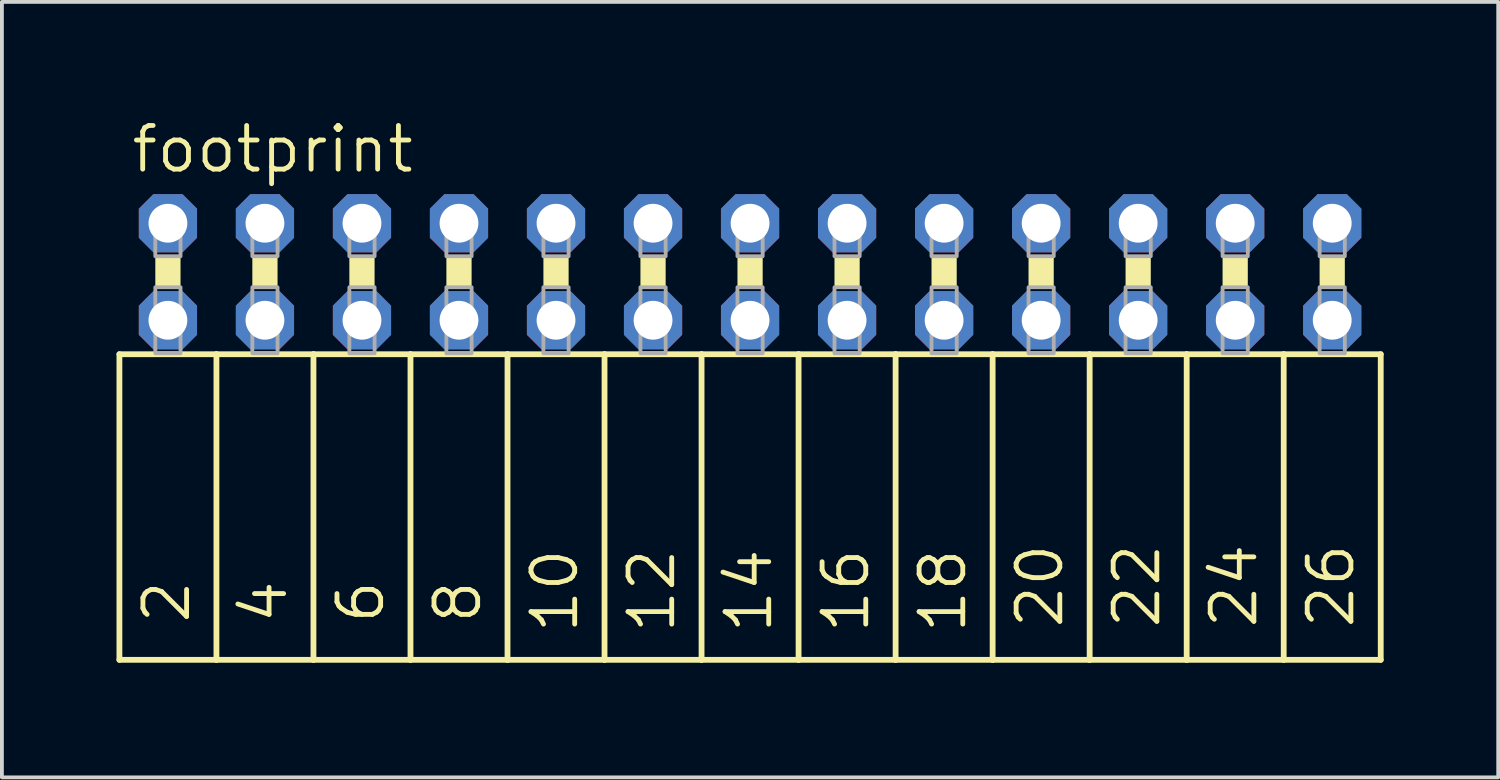
<source format=kicad_pcb>
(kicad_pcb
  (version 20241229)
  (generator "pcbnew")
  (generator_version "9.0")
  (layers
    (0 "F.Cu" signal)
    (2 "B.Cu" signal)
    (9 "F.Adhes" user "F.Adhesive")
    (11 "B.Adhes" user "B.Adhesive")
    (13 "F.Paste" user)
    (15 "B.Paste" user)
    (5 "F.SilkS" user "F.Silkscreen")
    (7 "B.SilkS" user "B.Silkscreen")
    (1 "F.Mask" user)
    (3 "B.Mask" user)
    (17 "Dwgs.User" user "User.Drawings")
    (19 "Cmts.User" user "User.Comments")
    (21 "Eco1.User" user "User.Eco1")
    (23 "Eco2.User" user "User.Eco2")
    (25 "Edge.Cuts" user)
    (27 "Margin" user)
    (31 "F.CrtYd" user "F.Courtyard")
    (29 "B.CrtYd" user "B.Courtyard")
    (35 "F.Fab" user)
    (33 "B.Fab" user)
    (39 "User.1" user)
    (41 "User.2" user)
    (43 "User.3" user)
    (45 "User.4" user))
  (footprint "footprint"
    (layer "F.Cu")
    (at 16.586 4.064)
    (property "Reference" "footprint" (at -16.256 -2.54 0) (layer "F.SilkS") (effects (font (size 1.143 1.143) (thickness 0.127)) (justify left bottom)))
    (fp_line (start -16.51 2.159) (end -16.51 10.16) (stroke (width 0.152) (type solid)) (layer "F.SilkS"))
    (fp_line (start -16.51 2.159) (end -13.97 2.159) (stroke (width 0.152) (type solid)) (layer "F.SilkS"))
    (fp_line (start -13.97 2.159) (end -13.97 10.16) (stroke (width 0.152) (type solid)) (layer "F.SilkS"))
    (fp_line (start -13.97 2.159) (end -11.43 2.159) (stroke (width 0.152) (type solid)) (layer "F.SilkS"))
    (fp_line (start -13.97 10.16) (end -16.51 10.16) (stroke (width 0.152) (type solid)) (layer "F.SilkS"))
    (fp_line (start -11.43 2.159) (end -11.43 10.16) (stroke (width 0.152) (type solid)) (layer "F.SilkS"))
    (fp_line (start -11.43 2.159) (end -8.89 2.159) (stroke (width 0.152) (type solid)) (layer "F.SilkS"))
    (fp_line (start -11.43 10.16) (end -13.97 10.16) (stroke (width 0.152) (type solid)) (layer "F.SilkS"))
    (fp_line (start -8.89 2.159) (end -8.89 10.16) (stroke (width 0.152) (type solid)) (layer "F.SilkS"))
    (fp_line (start -8.89 10.16) (end -11.43 10.16) (stroke (width 0.152) (type solid)) (layer "F.SilkS"))
    (fp_line (start -6.35 2.159) (end -8.89 2.159) (stroke (width 0.152) (type solid)) (layer "F.SilkS"))
    (fp_line (start -6.35 2.159) (end -6.35 10.16) (stroke (width 0.152) (type solid)) (layer "F.SilkS"))
    (fp_line (start -6.35 2.159) (end -3.81 2.159) (stroke (width 0.152) (type solid)) (layer "F.SilkS"))
    (fp_line (start -6.35 10.16) (end -8.89 10.16) (stroke (width 0.152) (type solid)) (layer "F.SilkS"))
    (fp_line (start -3.81 2.159) (end -3.81 10.16) (stroke (width 0.152) (type solid)) (layer "F.SilkS"))
    (fp_line (start -3.81 2.159) (end -1.27 2.159) (stroke (width 0.152) (type solid)) (layer "F.SilkS"))
    (fp_line (start -3.81 10.16) (end -6.35 10.16) (stroke (width 0.152) (type solid)) (layer "F.SilkS"))
    (fp_line (start -1.27 2.159) (end -1.27 10.16) (stroke (width 0.152) (type solid)) (layer "F.SilkS"))
    (fp_line (start -1.27 2.159) (end 1.27 2.159) (stroke (width 0.152) (type solid)) (layer "F.SilkS"))
    (fp_line (start -1.27 10.16) (end -3.81 10.16) (stroke (width 0.152) (type solid)) (layer "F.SilkS"))
    (fp_line (start 1.27 2.159) (end 1.27 10.16) (stroke (width 0.152) (type solid)) (layer "F.SilkS"))
    (fp_line (start 1.27 2.159) (end 3.81 2.159) (stroke (width 0.152) (type solid)) (layer "F.SilkS"))
    (fp_line (start 1.27 10.16) (end -1.27 10.16) (stroke (width 0.152) (type solid)) (layer "F.SilkS"))
    (fp_line (start 3.81 2.159) (end 3.81 10.16) (stroke (width 0.152) (type solid)) (layer "F.SilkS"))
    (fp_line (start 3.81 10.16) (end 1.27 10.16) (stroke (width 0.152) (type solid)) (layer "F.SilkS"))
    (fp_line (start 6.35 2.159) (end 3.81 2.159) (stroke (width 0.152) (type solid)) (layer "F.SilkS"))
    (fp_line (start 6.35 2.159) (end 6.35 10.16) (stroke (width 0.152) (type solid)) (layer "F.SilkS"))
    (fp_line (start 6.35 2.159) (end 8.89 2.159) (stroke (width 0.152) (type solid)) (layer "F.SilkS"))
    (fp_line (start 6.35 10.16) (end 3.81 10.16) (stroke (width 0.152) (type solid)) (layer "F.SilkS"))
    (fp_line (start 8.89 2.159) (end 8.89 10.16) (stroke (width 0.152) (type solid)) (layer "F.SilkS"))
    (fp_line (start 8.89 2.159) (end 11.43 2.159) (stroke (width 0.152) (type solid)) (layer "F.SilkS"))
    (fp_line (start 8.89 10.16) (end 6.35 10.16) (stroke (width 0.152) (type solid)) (layer "F.SilkS"))
    (fp_line (start 11.43 2.159) (end 11.43 10.16) (stroke (width 0.152) (type solid)) (layer "F.SilkS"))
    (fp_line (start 11.43 2.159) (end 13.97 2.159) (stroke (width 0.152) (type solid)) (layer "F.SilkS"))
    (fp_line (start 11.43 10.16) (end 8.89 10.16) (stroke (width 0.152) (type solid)) (layer "F.SilkS"))
    (fp_line (start 13.97 2.159) (end 13.97 10.16) (stroke (width 0.152) (type solid)) (layer "F.SilkS"))
    (fp_line (start 13.97 2.159) (end 16.51 2.159) (stroke (width 0.152) (type solid)) (layer "F.SilkS"))
    (fp_line (start 13.97 10.16) (end 11.43 10.16) (stroke (width 0.152) (type solid)) (layer "F.SilkS"))
    (fp_line (start 16.51 2.159) (end 16.51 10.16) (stroke (width 0.152) (type solid)) (layer "F.SilkS"))
    (fp_line (start 16.51 10.16) (end 13.97 10.16) (stroke (width 0.152) (type solid)) (layer "F.SilkS"))
    (fp_poly (pts (xy -15.57 0.406) (xy -14.91 0.406) (xy -14.91 -0.406) (xy -15.57 -0.406)) (stroke (width 0) (type solid)) (fill yes) (layer "F.SilkS"))
    (fp_poly (pts (xy -13.03 0.406) (xy -12.37 0.406) (xy -12.37 -0.406) (xy -13.03 -0.406)) (stroke (width 0) (type solid)) (fill yes) (layer "F.SilkS"))
    (fp_poly (pts (xy -10.49 0.406) (xy -9.83 0.406) (xy -9.83 -0.406) (xy -10.49 -0.406)) (stroke (width 0) (type solid)) (fill yes) (layer "F.SilkS"))
    (fp_poly (pts (xy -7.95 0.406) (xy -7.29 0.406) (xy -7.29 -0.406) (xy -7.95 -0.406)) (stroke (width 0) (type solid)) (fill yes) (layer "F.SilkS"))
    (fp_poly (pts (xy -5.41 0.406) (xy -4.75 0.406) (xy -4.75 -0.406) (xy -5.41 -0.406)) (stroke (width 0) (type solid)) (fill yes) (layer "F.SilkS"))
    (fp_poly (pts (xy -2.87 0.406) (xy -2.21 0.406) (xy -2.21 -0.406) (xy -2.87 -0.406)) (stroke (width 0) (type solid)) (fill yes) (layer "F.SilkS"))
    (fp_poly (pts (xy -0.33 0.406) (xy 0.33 0.406) (xy 0.33 -0.406) (xy -0.33 -0.406)) (stroke (width 0) (type solid)) (fill yes) (layer "F.SilkS"))
    (fp_poly (pts (xy 2.21 0.406) (xy 2.87 0.406) (xy 2.87 -0.406) (xy 2.21 -0.406)) (stroke (width 0) (type solid)) (fill yes) (layer "F.SilkS"))
    (fp_poly (pts (xy 4.75 0.406) (xy 5.41 0.406) (xy 5.41 -0.406) (xy 4.75 -0.406)) (stroke (width 0) (type solid)) (fill yes) (layer "F.SilkS"))
    (fp_poly (pts (xy 7.29 0.406) (xy 7.95 0.406) (xy 7.95 -0.406) (xy 7.29 -0.406)) (stroke (width 0) (type solid)) (fill yes) (layer "F.SilkS"))
    (fp_poly (pts (xy 9.83 0.406) (xy 10.49 0.406) (xy 10.49 -0.406) (xy 9.83 -0.406)) (stroke (width 0) (type solid)) (fill yes) (layer "F.SilkS"))
    (fp_poly (pts (xy 12.37 0.406) (xy 13.03 0.406) (xy 13.03 -0.406) (xy 12.37 -0.406)) (stroke (width 0) (type solid)) (fill yes) (layer "F.SilkS"))
    (fp_poly (pts (xy 14.91 0.406) (xy 15.57 0.406) (xy 15.57 -0.406) (xy 14.91 -0.406)) (stroke (width 0) (type solid)) (fill yes) (layer "F.SilkS"))
    (fp_poly (pts (xy -15.57 -0.406) (xy -14.91 -0.406) (xy -14.91 -1.575) (xy -15.57 -1.575)) (stroke (width 0.1) (type solid)) (fill no) (layer "F.Fab"))
    (fp_poly (pts (xy -15.57 2.134) (xy -14.91 2.134) (xy -14.91 0.406) (xy -15.57 0.406)) (stroke (width 0.1) (type solid)) (fill no) (layer "F.Fab"))
    (fp_poly (pts (xy -13.03 -0.406) (xy -12.37 -0.406) (xy -12.37 -1.575) (xy -13.03 -1.575)) (stroke (width 0.1) (type solid)) (fill no) (layer "F.Fab"))
    (fp_poly (pts (xy -13.03 2.134) (xy -12.37 2.134) (xy -12.37 0.406) (xy -13.03 0.406)) (stroke (width 0.1) (type solid)) (fill no) (layer "F.Fab"))
    (fp_poly (pts (xy -10.49 -0.406) (xy -9.83 -0.406) (xy -9.83 -1.575) (xy -10.49 -1.575)) (stroke (width 0.1) (type solid)) (fill no) (layer "F.Fab"))
    (fp_poly (pts (xy -10.49 2.134) (xy -9.83 2.134) (xy -9.83 0.406) (xy -10.49 0.406)) (stroke (width 0.1) (type solid)) (fill no) (layer "F.Fab"))
    (fp_poly (pts (xy -7.95 -0.406) (xy -7.29 -0.406) (xy -7.29 -1.575) (xy -7.95 -1.575)) (stroke (width 0.1) (type solid)) (fill no) (layer "F.Fab"))
    (fp_poly (pts (xy -7.95 2.134) (xy -7.29 2.134) (xy -7.29 0.406) (xy -7.95 0.406)) (stroke (width 0.1) (type solid)) (fill no) (layer "F.Fab"))
    (fp_poly (pts (xy -5.41 -0.406) (xy -4.75 -0.406) (xy -4.75 -1.575) (xy -5.41 -1.575)) (stroke (width 0.1) (type solid)) (fill no) (layer "F.Fab"))
    (fp_poly (pts (xy -5.41 2.134) (xy -4.75 2.134) (xy -4.75 0.406) (xy -5.41 0.406)) (stroke (width 0.1) (type solid)) (fill no) (layer "F.Fab"))
    (fp_poly (pts (xy -2.87 -0.406) (xy -2.21 -0.406) (xy -2.21 -1.575) (xy -2.87 -1.575)) (stroke (width 0.1) (type solid)) (fill no) (layer "F.Fab"))
    (fp_poly (pts (xy -2.87 2.134) (xy -2.21 2.134) (xy -2.21 0.406) (xy -2.87 0.406)) (stroke (width 0.1) (type solid)) (fill no) (layer "F.Fab"))
    (fp_poly (pts (xy -0.33 -0.406) (xy 0.33 -0.406) (xy 0.33 -1.575) (xy -0.33 -1.575)) (stroke (width 0.1) (type solid)) (fill no) (layer "F.Fab"))
    (fp_poly (pts (xy -0.33 2.134) (xy 0.33 2.134) (xy 0.33 0.406) (xy -0.33 0.406)) (stroke (width 0.1) (type solid)) (fill no) (layer "F.Fab"))
    (fp_poly (pts (xy 2.21 -0.406) (xy 2.87 -0.406) (xy 2.87 -1.575) (xy 2.21 -1.575)) (stroke (width 0.1) (type solid)) (fill no) (layer "F.Fab"))
    (fp_poly (pts (xy 2.21 2.134) (xy 2.87 2.134) (xy 2.87 0.406) (xy 2.21 0.406)) (stroke (width 0.1) (type solid)) (fill no) (layer "F.Fab"))
    (fp_poly (pts (xy 4.75 -0.406) (xy 5.41 -0.406) (xy 5.41 -1.575) (xy 4.75 -1.575)) (stroke (width 0.1) (type solid)) (fill no) (layer "F.Fab"))
    (fp_poly (pts (xy 4.75 2.134) (xy 5.41 2.134) (xy 5.41 0.406) (xy 4.75 0.406)) (stroke (width 0.1) (type solid)) (fill no) (layer "F.Fab"))
    (fp_poly (pts (xy 7.29 -0.406) (xy 7.95 -0.406) (xy 7.95 -1.575) (xy 7.29 -1.575)) (stroke (width 0.1) (type solid)) (fill no) (layer "F.Fab"))
    (fp_poly (pts (xy 7.29 2.134) (xy 7.95 2.134) (xy 7.95 0.406) (xy 7.29 0.406)) (stroke (width 0.1) (type solid)) (fill no) (layer "F.Fab"))
    (fp_poly (pts (xy 9.83 -0.406) (xy 10.49 -0.406) (xy 10.49 -1.575) (xy 9.83 -1.575)) (stroke (width 0.1) (type solid)) (fill no) (layer "F.Fab"))
    (fp_poly (pts (xy 9.83 2.134) (xy 10.49 2.134) (xy 10.49 0.406) (xy 9.83 0.406)) (stroke (width 0.1) (type solid)) (fill no) (layer "F.Fab"))
    (fp_poly (pts (xy 12.37 -0.406) (xy 13.03 -0.406) (xy 13.03 -1.575) (xy 12.37 -1.575)) (stroke (width 0.1) (type solid)) (fill no) (layer "F.Fab"))
    (fp_poly (pts (xy 12.37 2.134) (xy 13.03 2.134) (xy 13.03 0.406) (xy 12.37 0.406)) (stroke (width 0.1) (type solid)) (fill no) (layer "F.Fab"))
    (fp_poly (pts (xy 14.91 -0.406) (xy 15.57 -0.406) (xy 15.57 -1.575) (xy 14.91 -1.575)) (stroke (width 0.1) (type solid)) (fill no) (layer "F.Fab"))
    (fp_poly (pts (xy 14.91 2.134) (xy 15.57 2.134) (xy 15.57 0.406) (xy 14.91 0.406)) (stroke (width 0.1) (type solid)) (fill no) (layer "F.Fab"))
    (fp_text user "2" (at -14.605 9.271 90) (layer "F.SilkS") (effects (font (size 1.143 1.143) (thickness 0.127)) (justify left bottom)))
    (fp_text user "12" (at -1.905 9.525 90) (layer "F.SilkS") (effects (font (size 1.143 1.143) (thickness 0.127)) (justify left bottom)))
    (fp_text user "20" (at 8.255 9.398 90) (layer "F.SilkS") (effects (font (size 1.143 1.143) (thickness 0.127)) (justify left bottom)))
    (fp_text user "4" (at -12.065 9.271 90) (layer "F.SilkS") (effects (font (size 1.143 1.143) (thickness 0.127)) (justify left bottom)))
    (fp_text user "22" (at 10.795 9.398 90) (layer "F.SilkS") (effects (font (size 1.143 1.143) (thickness 0.127)) (justify left bottom)))
    (fp_text user "10" (at -4.445 9.525 90) (layer "F.SilkS") (effects (font (size 1.143 1.143) (thickness 0.127)) (justify left bottom)))
    (fp_text user "8" (at -6.985 9.271 90) (layer "F.SilkS") (effects (font (size 1.143 1.143) (thickness 0.127)) (justify left bottom)))
    (fp_text user "16" (at 3.175 9.525 90) (layer "F.SilkS") (effects (font (size 1.143 1.143) (thickness 0.127)) (justify left bottom)))
    (fp_text user "14" (at 0.635 9.525 90) (layer "F.SilkS") (effects (font (size 1.143 1.143) (thickness 0.127)) (justify left bottom)))
    (fp_text user "18" (at 5.715 9.525 90) (layer "F.SilkS") (effects (font (size 1.143 1.143) (thickness 0.127)) (justify left bottom)))
    (fp_text user "24" (at 13.335 9.398 90) (layer "F.SilkS") (effects (font (size 1.143 1.143) (thickness 0.127)) (justify left bottom)))
    (fp_text user "6" (at -9.525 9.271 90) (layer "F.SilkS") (effects (font (size 1.143 1.143) (thickness 0.127)) (justify left bottom)))
    (fp_text user "26" (at 15.875 9.398 90) (layer "F.SilkS") (effects (font (size 1.143 1.143) (thickness 0.127)) (justify left bottom)))
    (pad "1" thru_hole roundrect (at -15.24 -1.27) (size 1.524 1.524) (drill 1.016) (layers "*.Cu" "*.Mask") (roundrect_rratio 0.25) (chamfer_ratio 0.25) (chamfer top_left top_right bottom_left bottom_right))
    (pad "2" thru_hole roundrect (at -15.24 1.27) (size 1.524 1.524) (drill 1.016) (layers "*.Cu" "*.Mask") (roundrect_rratio 0.25) (chamfer_ratio 0.25) (chamfer top_left top_right bottom_left bottom_right))
    (pad "3" thru_hole roundrect (at -12.7 -1.27) (size 1.524 1.524) (drill 1.016) (layers "*.Cu" "*.Mask") (roundrect_rratio 0.25) (chamfer_ratio 0.25) (chamfer top_left top_right bottom_left bottom_right))
    (pad "4" thru_hole roundrect (at -12.7 1.27) (size 1.524 1.524) (drill 1.016) (layers "*.Cu" "*.Mask") (roundrect_rratio 0.25) (chamfer_ratio 0.25) (chamfer top_left top_right bottom_left bottom_right))
    (pad "5" thru_hole roundrect (at -10.16 -1.27) (size 1.524 1.524) (drill 1.016) (layers "*.Cu" "*.Mask") (roundrect_rratio 0.25) (chamfer_ratio 0.25) (chamfer top_left top_right bottom_left bottom_right))
    (pad "6" thru_hole roundrect (at -10.16 1.27) (size 1.524 1.524) (drill 1.016) (layers "*.Cu" "*.Mask") (roundrect_rratio 0.25) (chamfer_ratio 0.25) (chamfer top_left top_right bottom_left bottom_right))
    (pad "7" thru_hole roundrect (at -7.62 -1.27) (size 1.524 1.524) (drill 1.016) (layers "*.Cu" "*.Mask") (roundrect_rratio 0.25) (chamfer_ratio 0.25) (chamfer top_left top_right bottom_left bottom_right))
    (pad "8" thru_hole roundrect (at -7.62 1.27) (size 1.524 1.524) (drill 1.016) (layers "*.Cu" "*.Mask") (roundrect_rratio 0.25) (chamfer_ratio 0.25) (chamfer top_left top_right bottom_left bottom_right))
    (pad "9" thru_hole roundrect (at -5.08 -1.27) (size 1.524 1.524) (drill 1.016) (layers "*.Cu" "*.Mask") (roundrect_rratio 0.25) (chamfer_ratio 0.25) (chamfer top_left top_right bottom_left bottom_right))
    (pad "10" thru_hole roundrect (at -5.08 1.27) (size 1.524 1.524) (drill 1.016) (layers "*.Cu" "*.Mask") (roundrect_rratio 0.25) (chamfer_ratio 0.25) (chamfer top_left top_right bottom_left bottom_right))
    (pad "11" thru_hole roundrect (at -2.54 -1.27) (size 1.524 1.524) (drill 1.016) (layers "*.Cu" "*.Mask") (roundrect_rratio 0.25) (chamfer_ratio 0.25) (chamfer top_left top_right bottom_left bottom_right))
    (pad "12" thru_hole roundrect (at -2.54 1.27) (size 1.524 1.524) (drill 1.016) (layers "*.Cu" "*.Mask") (roundrect_rratio 0.25) (chamfer_ratio 0.25) (chamfer top_left top_right bottom_left bottom_right))
    (pad "13" thru_hole roundrect (at 0 -1.27) (size 1.524 1.524) (drill 1.016) (layers "*.Cu" "*.Mask") (roundrect_rratio 0.25) (chamfer_ratio 0.25) (chamfer top_left top_right bottom_left bottom_right))
    (pad "14" thru_hole roundrect (at 0 1.27) (size 1.524 1.524) (drill 1.016) (layers "*.Cu" "*.Mask") (roundrect_rratio 0.25) (chamfer_ratio 0.25) (chamfer top_left top_right bottom_left bottom_right))
    (pad "15" thru_hole roundrect (at 2.54 -1.27) (size 1.524 1.524) (drill 1.016) (layers "*.Cu" "*.Mask") (roundrect_rratio 0.25) (chamfer_ratio 0.25) (chamfer top_left top_right bottom_left bottom_right))
    (pad "16" thru_hole roundrect (at 2.54 1.27) (size 1.524 1.524) (drill 1.016) (layers "*.Cu" "*.Mask") (roundrect_rratio 0.25) (chamfer_ratio 0.25) (chamfer top_left top_right bottom_left bottom_right))
    (pad "17" thru_hole roundrect (at 5.08 -1.27) (size 1.524 1.524) (drill 1.016) (layers "*.Cu" "*.Mask") (roundrect_rratio 0.25) (chamfer_ratio 0.25) (chamfer top_left top_right bottom_left bottom_right))
    (pad "18" thru_hole roundrect (at 5.08 1.27) (size 1.524 1.524) (drill 1.016) (layers "*.Cu" "*.Mask") (roundrect_rratio 0.25) (chamfer_ratio 0.25) (chamfer top_left top_right bottom_left bottom_right))
    (pad "19" thru_hole roundrect (at 7.62 -1.27) (size 1.524 1.524) (drill 1.016) (layers "*.Cu" "*.Mask") (roundrect_rratio 0.25) (chamfer_ratio 0.25) (chamfer top_left top_right bottom_left bottom_right))
    (pad "20" thru_hole roundrect (at 7.62 1.27) (size 1.524 1.524) (drill 1.016) (layers "*.Cu" "*.Mask") (roundrect_rratio 0.25) (chamfer_ratio 0.25) (chamfer top_left top_right bottom_left bottom_right))
    (pad "21" thru_hole roundrect (at 10.16 -1.27) (size 1.524 1.524) (drill 1.016) (layers "*.Cu" "*.Mask") (roundrect_rratio 0.25) (chamfer_ratio 0.25) (chamfer top_left top_right bottom_left bottom_right))
    (pad "22" thru_hole roundrect (at 10.16 1.27) (size 1.524 1.524) (drill 1.016) (layers "*.Cu" "*.Mask") (roundrect_rratio 0.25) (chamfer_ratio 0.25) (chamfer top_left top_right bottom_left bottom_right))
    (pad "23" thru_hole roundrect (at 12.7 -1.27) (size 1.524 1.524) (drill 1.016) (layers "*.Cu" "*.Mask") (roundrect_rratio 0.25) (chamfer_ratio 0.25) (chamfer top_left top_right bottom_left bottom_right))
    (pad "24" thru_hole roundrect (at 12.7 1.27) (size 1.524 1.524) (drill 1.016) (layers "*.Cu" "*.Mask") (roundrect_rratio 0.25) (chamfer_ratio 0.25) (chamfer top_left top_right bottom_left bottom_right))
    (pad "25" thru_hole roundrect (at 15.24 -1.27) (size 1.524 1.524) (drill 1.016) (layers "*.Cu" "*.Mask") (roundrect_rratio 0.25) (chamfer_ratio 0.25) (chamfer top_left top_right bottom_left bottom_right))
    (pad "26" thru_hole roundrect (at 15.24 1.27) (size 1.524 1.524) (drill 1.016) (layers "*.Cu" "*.Mask") (roundrect_rratio 0.25) (chamfer_ratio 0.25) (chamfer top_left top_right bottom_left bottom_right)))
  (gr_rect
    (start -3 -3)
    (end 36.172 17.3)
    (stroke (width 0.1) (type default))
    (fill no)
    (layer "Edge.Cuts")))
</source>
